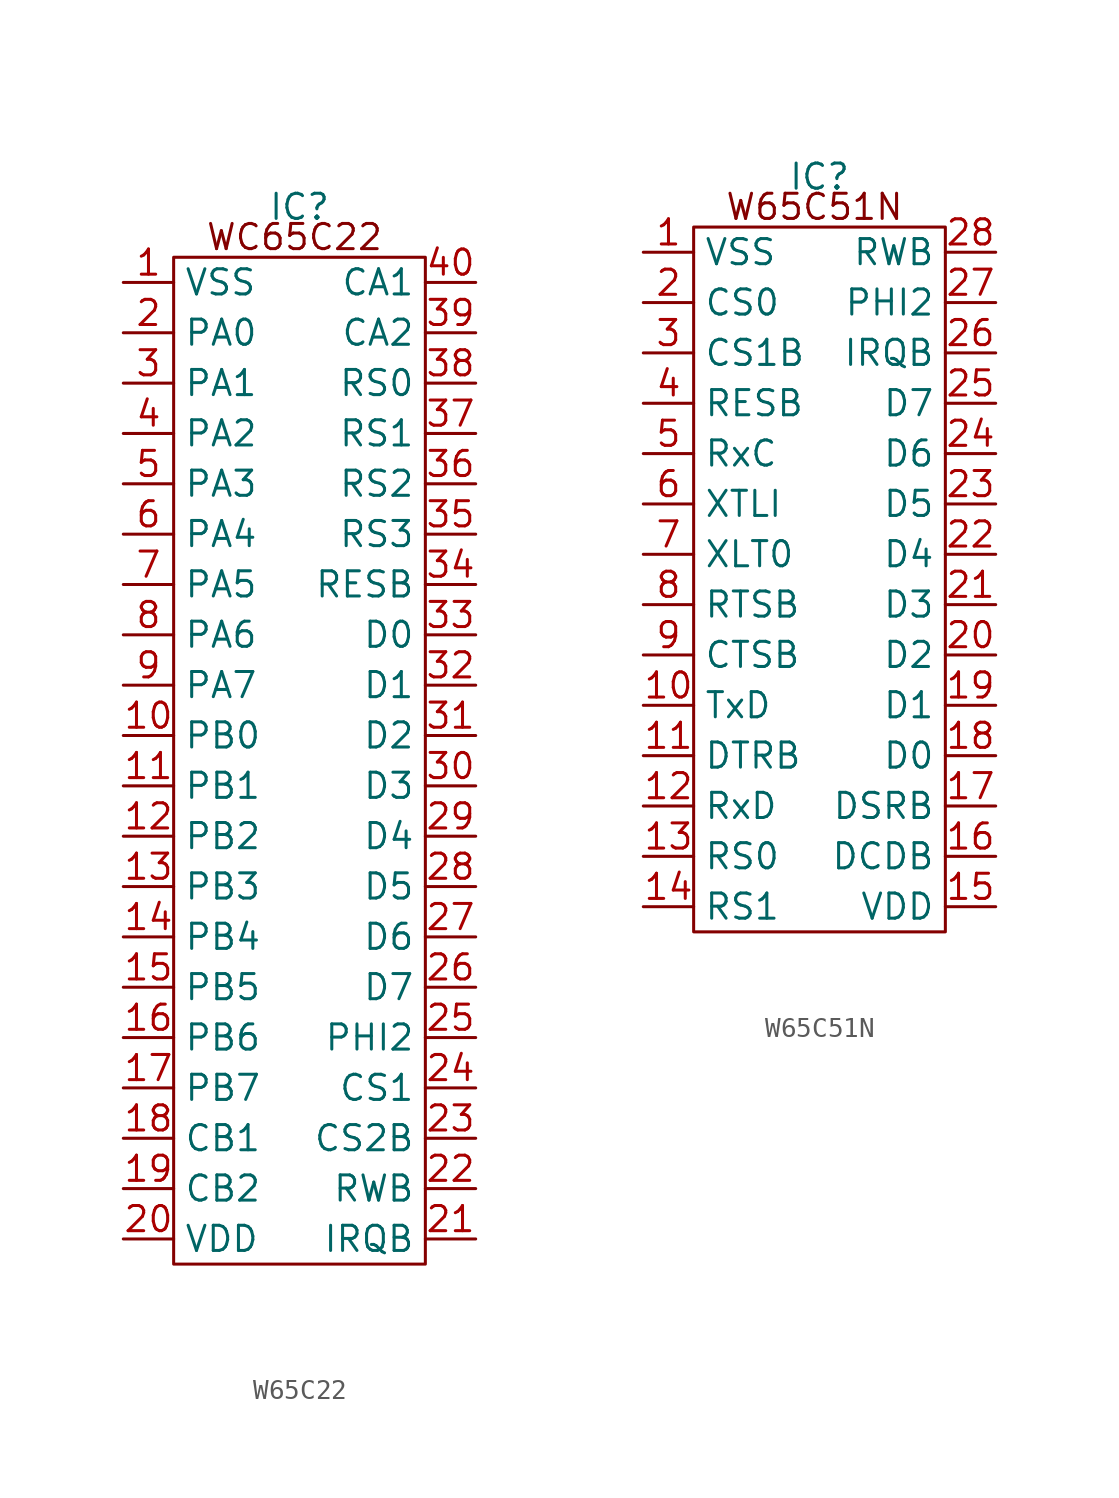
<source format=kicad_sym>
(kicad_symbol_lib
  (version 20241209)
  (generator "kicad_symbol_editor")
  (generator_version "9.0")
  (symbol "W65C22"
    (property "Reference" "IC"
      (at 0 0 0)
      (effects (font (size 1.27 1.27))))
    (property "Value" ""
      (at 0 0 0)
      (effects (font (size 1.27 1.27))))
    (symbol "W65C22_0_0"
      (pin unspecified line (at -8.89 -3.81 0) (length 2.54) (name "VSS" (effects (font (size 1.27 1.27)))) (number "1" (effects (font (size 1.27 1.27)))))
      (pin unspecified line (at -8.89 -6.35 0) (length 2.54) (name "PA0" (effects (font (size 1.27 1.27)))) (number "2" (effects (font (size 1.27 1.27)))))
      (pin unspecified line (at -8.89 -8.89 0) (length 2.54) (name "PA1" (effects (font (size 1.27 1.27)))) (number "3" (effects (font (size 1.27 1.27)))))
      (pin unspecified line (at -8.89 -11.43 0) (length 2.54) (name "PA2" (effects (font (size 1.27 1.27)))) (number "4" (effects (font (size 1.27 1.27)))))
      (pin unspecified line (at -8.89 -13.97 0) (length 2.54) (name "PA3" (effects (font (size 1.27 1.27)))) (number "5" (effects (font (size 1.27 1.27)))))
      (pin unspecified line (at -8.89 -16.51 0) (length 2.54) (name "PA4" (effects (font (size 1.27 1.27)))) (number "6" (effects (font (size 1.27 1.27)))))
      (pin unspecified line (at -8.89 -19.05 0) (length 2.54) (name "PA5" (effects (font (size 1.27 1.27)))) (number "7" (effects (font (size 1.27 1.27)))))
      (pin unspecified line (at -8.89 -21.59 0) (length 2.54) (name "PA6" (effects (font (size 1.27 1.27)))) (number "8" (effects (font (size 1.27 1.27)))))
      (pin unspecified line (at -8.89 -24.13 0) (length 2.54) (name "PA7" (effects (font (size 1.27 1.27)))) (number "9" (effects (font (size 1.27 1.27)))))
      (pin unspecified line (at -8.89 -26.67 0) (length 2.54) (name "PB0" (effects (font (size 1.27 1.27)))) (number "10" (effects (font (size 1.27 1.27)))))
      (pin unspecified line (at -8.89 -29.21 0) (length 2.54) (name "PB1" (effects (font (size 1.27 1.27)))) (number "11" (effects (font (size 1.27 1.27)))))
      (pin unspecified line (at -8.89 -31.75 0) (length 2.54) (name "PB2" (effects (font (size 1.27 1.27)))) (number "12" (effects (font (size 1.27 1.27)))))
      (pin unspecified line (at -8.89 -34.29 0) (length 2.54) (name "PB3" (effects (font (size 1.27 1.27)))) (number "13" (effects (font (size 1.27 1.27)))))
      (pin unspecified line (at -8.89 -36.83 0) (length 2.54) (name "PB4" (effects (font (size 1.27 1.27)))) (number "14" (effects (font (size 1.27 1.27)))))
      (pin unspecified line (at -8.89 -39.37 0) (length 2.54) (name "PB5" (effects (font (size 1.27 1.27)))) (number "15" (effects (font (size 1.27 1.27)))))
      (pin unspecified line (at -8.89 -41.91 0) (length 2.54) (name "PB6" (effects (font (size 1.27 1.27)))) (number "16" (effects (font (size 1.27 1.27)))))
      (pin unspecified line (at -8.89 -44.45 0) (length 2.54) (name "PB7" (effects (font (size 1.27 1.27)))) (number "17" (effects (font (size 1.27 1.27)))))
      (pin unspecified line (at -8.89 -46.99 0) (length 2.54) (name "CB1" (effects (font (size 1.27 1.27)))) (number "18" (effects (font (size 1.27 1.27)))))
      (pin unspecified line (at -8.89 -49.53 0) (length 2.54) (name "CB2" (effects (font (size 1.27 1.27)))) (number "19" (effects (font (size 1.27 1.27)))))
      (pin unspecified line (at -8.89 -52.07 0) (length 2.54) (name "VDD" (effects (font (size 1.27 1.27)))) (number "20" (effects (font (size 1.27 1.27)))))
      (pin unspecified line (at 8.89 -3.81 180) (length 2.54) (name "CA1" (effects (font (size 1.27 1.27)))) (number "40" (effects (font (size 1.27 1.27)))))
      (pin unspecified line (at 8.89 -6.35 180) (length 2.54) (name "CA2" (effects (font (size 1.27 1.27)))) (number "39" (effects (font (size 1.27 1.27)))))
      (pin unspecified line (at 8.89 -8.89 180) (length 2.54) (name "RS0" (effects (font (size 1.27 1.27)))) (number "38" (effects (font (size 1.27 1.27)))))
      (pin unspecified line (at 8.89 -11.43 180) (length 2.54) (name "RS1" (effects (font (size 1.27 1.27)))) (number "37" (effects (font (size 1.27 1.27)))))
      (pin unspecified line (at 8.89 -13.97 180) (length 2.54) (name "RS2" (effects (font (size 1.27 1.27)))) (number "36" (effects (font (size 1.27 1.27)))))
      (pin unspecified line (at 8.89 -16.51 180) (length 2.54) (name "RS3" (effects (font (size 1.27 1.27)))) (number "35" (effects (font (size 1.27 1.27)))))
      (pin unspecified line (at 8.89 -19.05 180) (length 2.54) (name "RESB" (effects (font (size 1.27 1.27)))) (number "34" (effects (font (size 1.27 1.27)))))
      (pin unspecified line (at 8.89 -21.59 180) (length 2.54) (name "D0" (effects (font (size 1.27 1.27)))) (number "33" (effects (font (size 1.27 1.27)))))
      (pin unspecified line (at 8.89 -24.13 180) (length 2.54) (name "D1" (effects (font (size 1.27 1.27)))) (number "32" (effects (font (size 1.27 1.27)))))
      (pin unspecified line (at 8.89 -26.67 180) (length 2.54) (name "D2" (effects (font (size 1.27 1.27)))) (number "31" (effects (font (size 1.27 1.27)))))
      (pin unspecified line (at 8.89 -29.21 180) (length 2.54) (name "D3" (effects (font (size 1.27 1.27)))) (number "30" (effects (font (size 1.27 1.27)))))
      (pin unspecified line (at 8.89 -31.75 180) (length 2.54) (name "D4" (effects (font (size 1.27 1.27)))) (number "29" (effects (font (size 1.27 1.27)))))
      (pin unspecified line (at 8.89 -34.29 180) (length 2.54) (name "D5" (effects (font (size 1.27 1.27)))) (number "28" (effects (font (size 1.27 1.27)))))
      (pin unspecified line (at 8.89 -36.83 180) (length 2.54) (name "D6" (effects (font (size 1.27 1.27)))) (number "27" (effects (font (size 1.27 1.27)))))
      (pin unspecified line (at 8.89 -39.37 180) (length 2.54) (name "D7" (effects (font (size 1.27 1.27)))) (number "26" (effects (font (size 1.27 1.27)))))
      (pin unspecified line (at 8.89 -41.91 180) (length 2.54) (name "PHI2" (effects (font (size 1.27 1.27)))) (number "25" (effects (font (size 1.27 1.27)))))
      (pin unspecified line (at 8.89 -44.45 180) (length 2.54) (name "CS1" (effects (font (size 1.27 1.27)))) (number "24" (effects (font (size 1.27 1.27)))))
      (pin unspecified line (at 8.89 -49.53 180) (length 2.54) (name "RWB" (effects (font (size 1.27 1.27)))) (number "22" (effects (font (size 1.27 1.27)))))
      (pin unspecified line (at 8.89 -52.07 180) (length 2.54) (name "IRQB" (effects (font (size 1.27 1.27)))) (number "21" (effects (font (size 1.27 1.27))))))
    (symbol "W65C22_0_1"
      (rectangle (start -6.35 -2.54) (end 6.35 -53.34) (stroke (width 0) (type default)) (fill (type none))))
    (symbol "W65C22_1_0"
      (pin unspecified line (at 8.89 -46.99 180) (length 2.54) (name "CS2B" (effects (font (size 1.27 1.27)))) (number "23" (effects (font (size 1.27 1.27))))))
    (symbol "W65C22_1_1"
      (text "WC65C22" (at -0.254 -1.524 0) (effects (font (size 1.27 1.27))))))
  (symbol "W65C51N"
    (property "Reference" "IC"
      (at 0 0 0)
      (effects (font (size 1.27 1.27))))
    (property "Value" ""
      (at 0 0 0)
      (effects (font (size 1.27 1.27))))
    (symbol "W65C51N_0_0"
      (pin unspecified line (at -8.89 -3.81 0) (length 2.54) (name "VSS" (effects (font (size 1.27 1.27)))) (number "1" (effects (font (size 1.27 1.27)))))
      (pin unspecified line (at -8.89 -6.35 0) (length 2.54) (name "CS0" (effects (font (size 1.27 1.27)))) (number "2" (effects (font (size 1.27 1.27)))))
      (pin unspecified line (at -8.89 -8.89 0) (length 2.54) (name "CS1B" (effects (font (size 1.27 1.27)))) (number "3" (effects (font (size 1.27 1.27)))))
      (pin unspecified line (at -8.89 -11.43 0) (length 2.54) (name "RESB" (effects (font (size 1.27 1.27)))) (number "4" (effects (font (size 1.27 1.27)))))
      (pin unspecified line (at -8.89 -13.97 0) (length 2.54) (name "RxC" (effects (font (size 1.27 1.27)))) (number "5" (effects (font (size 1.27 1.27)))))
      (pin unspecified line (at -8.89 -16.51 0) (length 2.54) (name "XTLI" (effects (font (size 1.27 1.27)))) (number "6" (effects (font (size 1.27 1.27)))))
      (pin unspecified line (at -8.89 -19.05 0) (length 2.54) (name "XLT0" (effects (font (size 1.27 1.27)))) (number "7" (effects (font (size 1.27 1.27)))))
      (pin unspecified line (at -8.89 -21.59 0) (length 2.54) (name "RTSB" (effects (font (size 1.27 1.27)))) (number "8" (effects (font (size 1.27 1.27)))))
      (pin unspecified line (at -8.89 -24.13 0) (length 2.54) (name "CTSB" (effects (font (size 1.27 1.27)))) (number "9" (effects (font (size 1.27 1.27)))))
      (pin unspecified line (at -8.89 -26.67 0) (length 2.54) (name "TxD" (effects (font (size 1.27 1.27)))) (number "10" (effects (font (size 1.27 1.27)))))
      (pin unspecified line (at -8.89 -29.21 0) (length 2.54) (name "DTRB" (effects (font (size 1.27 1.27)))) (number "11" (effects (font (size 1.27 1.27)))))
      (pin unspecified line (at -8.89 -31.75 0) (length 2.54) (name "RxD" (effects (font (size 1.27 1.27)))) (number "12" (effects (font (size 1.27 1.27)))))
      (pin unspecified line (at -8.89 -34.29 0) (length 2.54) (name "RS0" (effects (font (size 1.27 1.27)))) (number "13" (effects (font (size 1.27 1.27)))))
      (pin unspecified line (at -8.89 -36.83 0) (length 2.54) (name "RS1" (effects (font (size 1.27 1.27)))) (number "14" (effects (font (size 1.27 1.27)))))
      (pin unspecified line (at 8.89 -3.81 180) (length 2.54) (name "RWB" (effects (font (size 1.27 1.27)))) (number "28" (effects (font (size 1.27 1.27)))))
      (pin unspecified line (at 8.89 -6.35 180) (length 2.54) (name "PHI2" (effects (font (size 1.27 1.27)))) (number "27" (effects (font (size 1.27 1.27)))))
      (pin unspecified line (at 8.89 -8.89 180) (length 2.54) (name "IRQB" (effects (font (size 1.27 1.27)))) (number "26" (effects (font (size 1.27 1.27)))))
      (pin unspecified line (at 8.89 -11.43 180) (length 2.54) (name "D7" (effects (font (size 1.27 1.27)))) (number "25" (effects (font (size 1.27 1.27)))))
      (pin unspecified line (at 8.89 -13.97 180) (length 2.54) (name "D6" (effects (font (size 1.27 1.27)))) (number "24" (effects (font (size 1.27 1.27)))))
      (pin unspecified line (at 8.89 -16.51 180) (length 2.54) (name "D5" (effects (font (size 1.27 1.27)))) (number "23" (effects (font (size 1.27 1.27)))))
      (pin unspecified line (at 8.89 -19.05 180) (length 2.54) (name "D4" (effects (font (size 1.27 1.27)))) (number "22" (effects (font (size 1.27 1.27)))))
      (pin unspecified line (at 8.89 -21.59 180) (length 2.54) (name "D3" (effects (font (size 1.27 1.27)))) (number "21" (effects (font (size 1.27 1.27)))))
      (pin unspecified line (at 8.89 -24.13 180) (length 2.54) (name "D2" (effects (font (size 1.27 1.27)))) (number "20" (effects (font (size 1.27 1.27)))))
      (pin unspecified line (at 8.89 -26.67 180) (length 2.54) (name "D1" (effects (font (size 1.27 1.27)))) (number "19" (effects (font (size 1.27 1.27)))))
      (pin unspecified line (at 8.89 -29.21 180) (length 2.54) (name "D0" (effects (font (size 1.27 1.27)))) (number "18" (effects (font (size 1.27 1.27)))))
      (pin unspecified line (at 8.89 -31.75 180) (length 2.54) (name "DSRB" (effects (font (size 1.27 1.27)))) (number "17" (effects (font (size 1.27 1.27)))))
      (pin unspecified line (at 8.89 -34.29 180) (length 2.54) (name "DCDB" (effects (font (size 1.27 1.27)))) (number "16" (effects (font (size 1.27 1.27)))))
      (pin unspecified line (at 8.89 -36.83 180) (length 2.54) (name "VDD" (effects (font (size 1.27 1.27)))) (number "15" (effects (font (size 1.27 1.27))))))
    (symbol "W65C51N_0_1"
      (rectangle (start -6.35 -2.54) (end 6.35 -38.1) (stroke (width 0) (type default)) (fill (type none))))
    (symbol "W65C51N_1_1"
      (text "W65C51N" (at -0.254 -1.524 0) (effects (font (size 1.27 1.27)))))))
</source>
